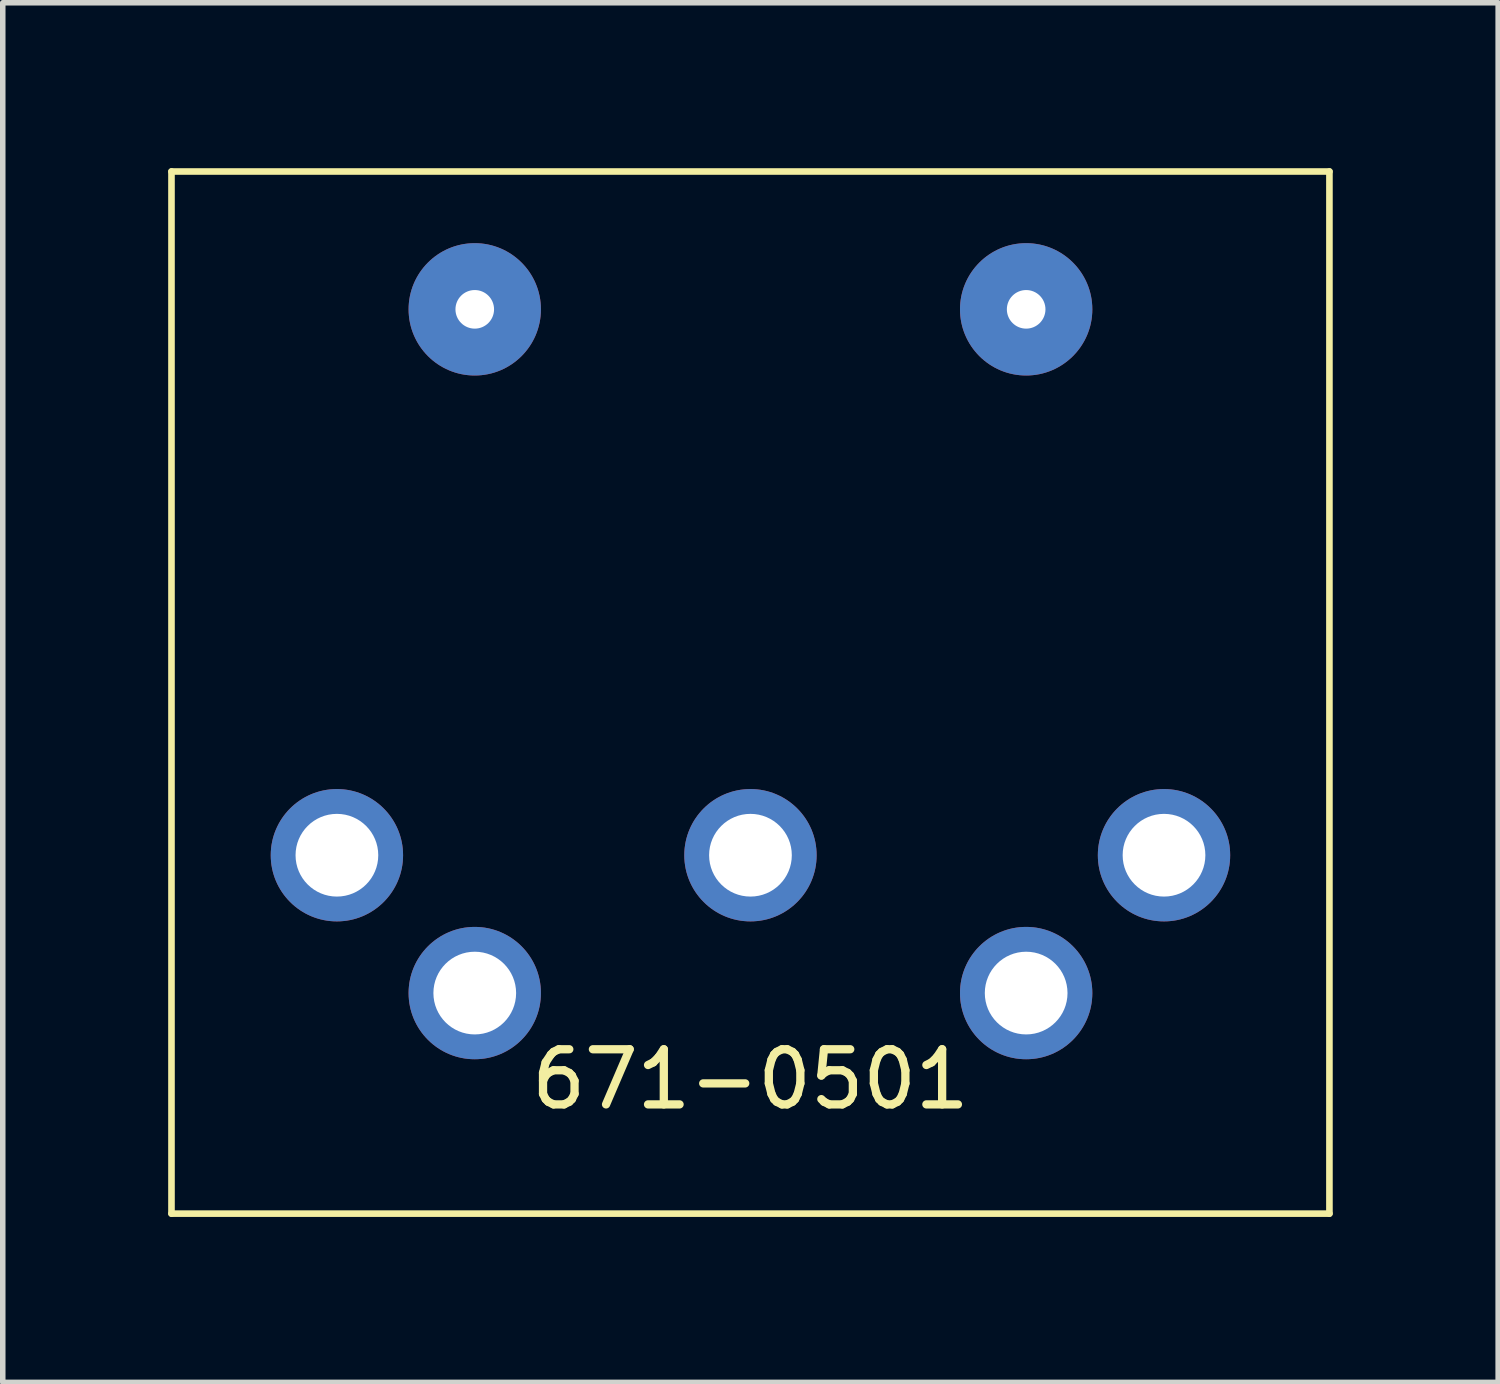
<source format=kicad_pcb>
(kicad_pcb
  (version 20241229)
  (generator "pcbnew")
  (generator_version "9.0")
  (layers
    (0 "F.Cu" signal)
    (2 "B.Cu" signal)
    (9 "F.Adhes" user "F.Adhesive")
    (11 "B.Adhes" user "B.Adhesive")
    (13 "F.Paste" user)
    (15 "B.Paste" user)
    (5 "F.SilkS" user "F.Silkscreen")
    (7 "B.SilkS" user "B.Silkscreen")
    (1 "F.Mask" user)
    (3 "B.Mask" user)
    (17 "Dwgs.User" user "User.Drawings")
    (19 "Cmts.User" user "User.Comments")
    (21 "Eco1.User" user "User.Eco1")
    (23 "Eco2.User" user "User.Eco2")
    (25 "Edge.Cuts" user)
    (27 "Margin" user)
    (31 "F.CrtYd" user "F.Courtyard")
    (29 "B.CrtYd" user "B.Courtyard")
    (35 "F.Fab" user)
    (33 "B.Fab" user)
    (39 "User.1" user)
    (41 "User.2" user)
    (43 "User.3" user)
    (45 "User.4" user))
  (footprint "671-0501"
    (layer "F.Cu")
    (at 10.56 12.46)
    (property "Reference" "671-0501" (at 0 4.064 0) (layer "F.SilkS") (effects (font (size 1 1) (thickness 0.15))))
    (attr through_hole)
    (fp_line (start -10.5 -12.4) (end -10.5 6.5) (stroke (width 0.12) (type solid)) (layer "F.SilkS"))
    (fp_line (start -10.5 6.5) (end 10.5 6.5) (stroke (width 0.12) (type solid)) (layer "F.SilkS"))
    (fp_line (start 10.5 -12.4) (end -10.5 -12.4) (stroke (width 0.12) (type solid)) (layer "F.SilkS"))
    (fp_line (start 10.5 6.5) (end 10.5 -12.4) (stroke (width 0.12) (type solid)) (layer "F.SilkS"))
    (pad "" np_thru_hole circle (at -5 -9.9) (size 2.4 2.4) (drill 0.7) (layers "*.Cu" "*.Mask"))
    (pad "" np_thru_hole circle (at 5 -9.9) (size 2.4 2.4) (drill 0.7) (layers "*.Cu" "*.Mask"))
    (pad "1" thru_hole circle (at 7.5 0) (size 2.4 2.4) (drill 1.5) (layers "*.Cu" "*.Mask"))
    (pad "2" thru_hole circle (at 0 0) (size 2.4 2.4) (drill 1.5) (layers "*.Cu" "*.Mask"))
    (pad "3" thru_hole circle (at -7.5 0) (size 2.4 2.4) (drill 1.5) (layers "*.Cu" "*.Mask"))
    (pad "4" thru_hole circle (at 5 2.5) (size 2.4 2.4) (drill 1.5) (layers "*.Cu" "*.Mask"))
    (pad "5" thru_hole circle (at -5 2.5) (size 2.4 2.4) (drill 1.5) (layers "*.Cu" "*.Mask")))
  (gr_rect
    (start -3 -3)
    (end 24.12 22.02)
    (stroke (width 0.1) (type default))
    (fill no)
    (layer "Edge.Cuts")))
</source>
